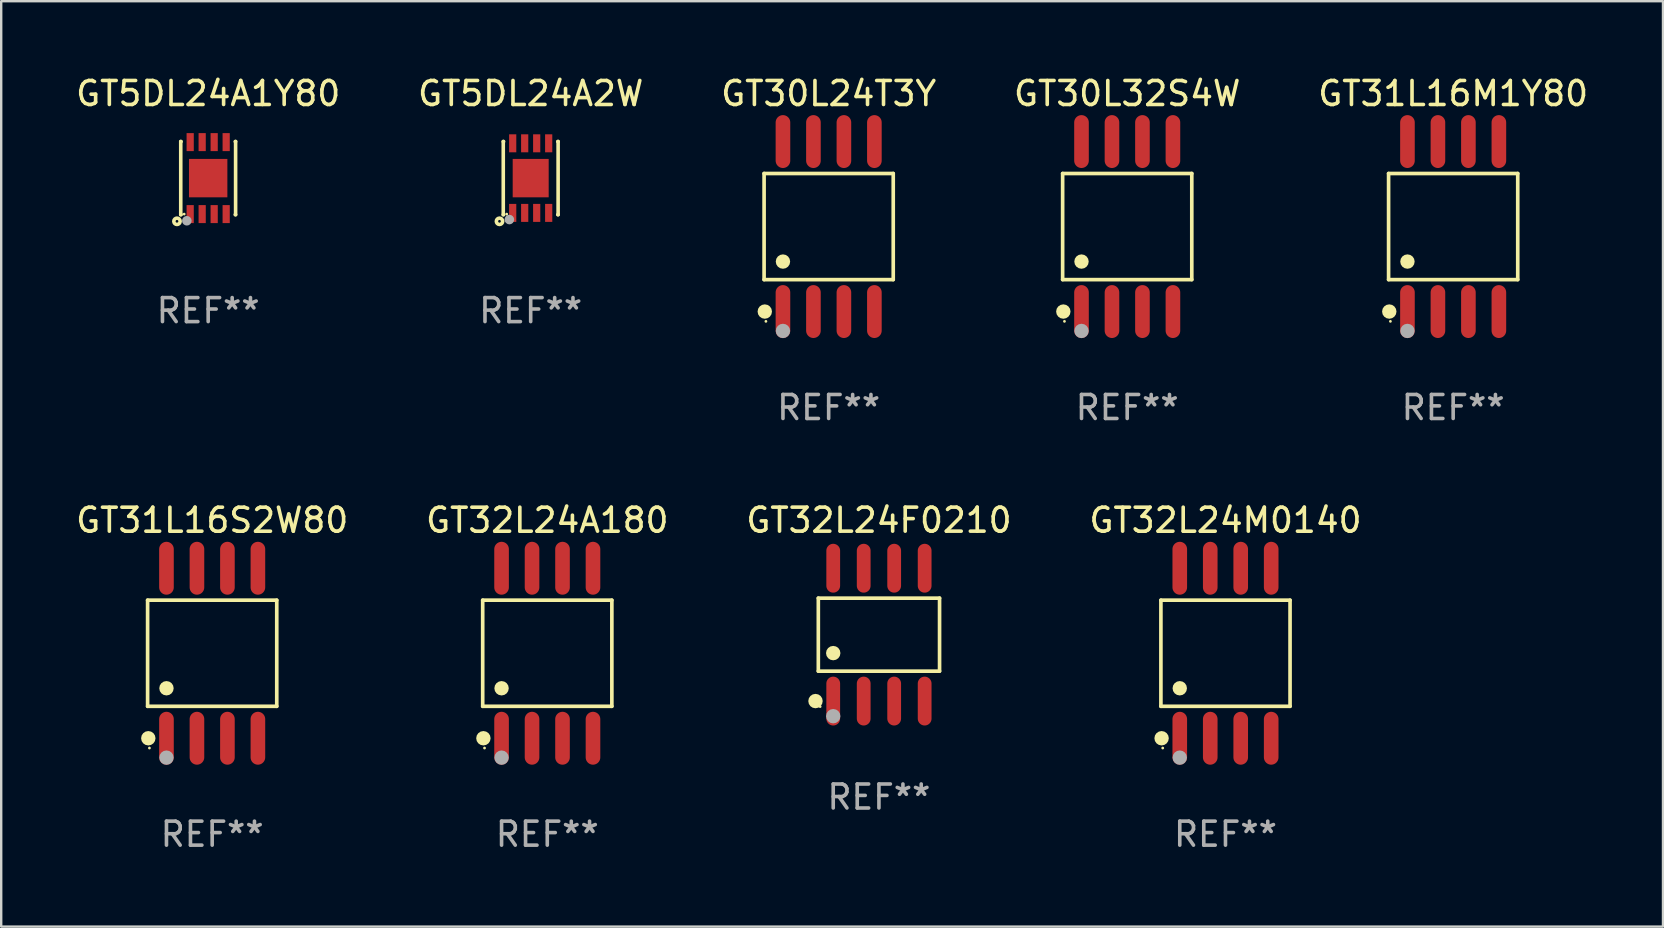
<source format=kicad_pcb>
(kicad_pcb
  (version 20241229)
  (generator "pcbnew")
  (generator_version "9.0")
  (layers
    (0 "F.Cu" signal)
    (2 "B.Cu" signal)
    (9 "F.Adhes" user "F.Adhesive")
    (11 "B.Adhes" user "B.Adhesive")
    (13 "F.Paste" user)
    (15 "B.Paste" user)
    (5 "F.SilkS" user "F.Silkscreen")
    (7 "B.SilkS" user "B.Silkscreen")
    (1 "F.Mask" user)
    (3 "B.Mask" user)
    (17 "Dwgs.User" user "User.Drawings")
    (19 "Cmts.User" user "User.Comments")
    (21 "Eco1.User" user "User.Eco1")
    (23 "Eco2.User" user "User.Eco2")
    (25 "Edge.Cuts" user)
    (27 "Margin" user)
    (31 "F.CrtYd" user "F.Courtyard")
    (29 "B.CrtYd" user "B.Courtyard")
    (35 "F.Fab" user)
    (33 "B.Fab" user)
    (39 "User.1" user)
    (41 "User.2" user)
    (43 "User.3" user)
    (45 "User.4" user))
  (footprint "GT31L16S2W80"
    (layer "F.Cu")
    (at 5.792 24.172)
    (property "Reference" "GT31L16S2W80" (at 0 -5.542 0) (layer "F.SilkS") (effects (font (size 1 1) (thickness 0.15))))
    (attr through_hole)
    (fp_line (start -2.691 -2.211) (end 2.691 -2.211) (stroke (width 0.152) (type solid)) (layer "F.SilkS"))
    (fp_line (start -2.691 2.211) (end -2.691 -2.211) (stroke (width 0.152) (type solid)) (layer "F.SilkS"))
    (fp_line (start 2.691 -2.211) (end 2.691 2.211) (stroke (width 0.152) (type solid)) (layer "F.SilkS"))
    (fp_line (start 2.691 2.211) (end -2.691 2.211) (stroke (width 0.152) (type solid)) (layer "F.SilkS"))
    (fp_circle (center -2.662 3.542) (end -2.512 3.542) (stroke (width 0.3) (type solid)) (fill no) (layer "F.SilkS"))
    (fp_circle (center -2.615 3.95) (end -2.585 3.95) (stroke (width 0.06) (type solid)) (fill no) (layer "F.SilkS"))
    (fp_circle (center -1.905 1.459) (end -1.755 1.459) (stroke (width 0.3) (type solid)) (fill no) (layer "F.SilkS"))
    (fp_circle (center -1.905 4.35) (end -1.755 4.35) (stroke (width 0.3) (type solid)) (fill no) (layer "F.Fab"))
    (fp_text user "REF**" (at 0 7.542 0) (layer "F.Fab") (effects (font (size 1 1) (thickness 0.15))))
    (pad "1" smd oval (at -1.905 3.542) (size 0.609 2.204) (layers "F.Cu" "F.Mask" "F.Paste"))
    (pad "2" smd oval (at -0.635 3.542) (size 0.609 2.204) (layers "F.Cu" "F.Mask" "F.Paste"))
    (pad "3" smd oval (at 0.635 3.542) (size 0.609 2.204) (layers "F.Cu" "F.Mask" "F.Paste"))
    (pad "4" smd oval (at 1.905 3.542) (size 0.609 2.204) (layers "F.Cu" "F.Mask" "F.Paste"))
    (pad "5" smd oval (at 1.905 -3.542) (size 0.609 2.204) (layers "F.Cu" "F.Mask" "F.Paste"))
    (pad "6" smd oval (at 0.635 -3.542) (size 0.609 2.204) (layers "F.Cu" "F.Mask" "F.Paste"))
    (pad "7" smd oval (at -0.635 -3.542) (size 0.609 2.204) (layers "F.Cu" "F.Mask" "F.Paste"))
    (pad "8" smd oval (at -1.905 -3.542) (size 0.609 2.204) (layers "F.Cu" "F.Mask" "F.Paste")))
  (footprint "GT31L16M1Y80"
    (layer "F.Cu")
    (at 57.506 6.391)
    (property "Reference" "GT31L16M1Y80" (at 0 -5.542 0) (layer "F.SilkS") (effects (font (size 1 1) (thickness 0.15))))
    (attr through_hole)
    (fp_line (start -2.691 -2.211) (end 2.691 -2.211) (stroke (width 0.152) (type solid)) (layer "F.SilkS"))
    (fp_line (start -2.691 2.211) (end -2.691 -2.211) (stroke (width 0.152) (type solid)) (layer "F.SilkS"))
    (fp_line (start 2.691 -2.211) (end 2.691 2.211) (stroke (width 0.152) (type solid)) (layer "F.SilkS"))
    (fp_line (start 2.691 2.211) (end -2.691 2.211) (stroke (width 0.152) (type solid)) (layer "F.SilkS"))
    (fp_circle (center -2.662 3.542) (end -2.512 3.542) (stroke (width 0.3) (type solid)) (fill no) (layer "F.SilkS"))
    (fp_circle (center -2.615 3.95) (end -2.585 3.95) (stroke (width 0.06) (type solid)) (fill no) (layer "F.SilkS"))
    (fp_circle (center -1.905 1.459) (end -1.755 1.459) (stroke (width 0.3) (type solid)) (fill no) (layer "F.SilkS"))
    (fp_circle (center -1.905 4.35) (end -1.755 4.35) (stroke (width 0.3) (type solid)) (fill no) (layer "F.Fab"))
    (fp_text user "REF**" (at 0 7.542 0) (layer "F.Fab") (effects (font (size 1 1) (thickness 0.15))))
    (pad "1" smd oval (at -1.905 3.542) (size 0.609 2.204) (layers "F.Cu" "F.Mask" "F.Paste"))
    (pad "2" smd oval (at -0.635 3.542) (size 0.609 2.204) (layers "F.Cu" "F.Mask" "F.Paste"))
    (pad "3" smd oval (at 0.635 3.542) (size 0.609 2.204) (layers "F.Cu" "F.Mask" "F.Paste"))
    (pad "4" smd oval (at 1.905 3.542) (size 0.609 2.204) (layers "F.Cu" "F.Mask" "F.Paste"))
    (pad "5" smd oval (at 1.905 -3.542) (size 0.609 2.204) (layers "F.Cu" "F.Mask" "F.Paste"))
    (pad "6" smd oval (at 0.635 -3.542) (size 0.609 2.204) (layers "F.Cu" "F.Mask" "F.Paste"))
    (pad "7" smd oval (at -0.635 -3.542) (size 0.609 2.204) (layers "F.Cu" "F.Mask" "F.Paste"))
    (pad "8" smd oval (at -1.905 -3.542) (size 0.609 2.204) (layers "F.Cu" "F.Mask" "F.Paste")))
  (footprint "GT5DL24A1Y80"
    (layer "F.Cu")
    (at 5.625 4.372)
    (property "Reference" "GT5DL24A1Y80" (at 0 -3.524 0) (layer "F.SilkS") (effects (font (size 1 1) (thickness 0.15))))
    (attr through_hole)
    (fp_line (start -1.143 -1.524) (end -1.143 1.524) (stroke (width 0.15) (type solid)) (layer "F.SilkS"))
    (fp_line (start -1.143 1.524) (end -1.129 1.524) (stroke (width 0.15) (type solid)) (layer "F.SilkS"))
    (fp_line (start -1.129 -1.524) (end -1.143 -1.524) (stroke (width 0.15) (type solid)) (layer "F.SilkS"))
    (fp_line (start 1.129 1.524) (end 1.143 1.524) (stroke (width 0.15) (type solid)) (layer "F.SilkS"))
    (fp_line (start 1.143 -1.524) (end 1.129 -1.524) (stroke (width 0.15) (type solid)) (layer "F.SilkS"))
    (fp_line (start 1.143 1.524) (end 1.143 -1.524) (stroke (width 0.15) (type solid)) (layer "F.SilkS"))
    (fp_circle (center -1.3 1.8) (end -1.243 1.8) (stroke (width 0.15) (type solid)) (fill no) (layer "F.SilkS"))
    (fp_circle (center -1 1.5) (end -0.97 1.5) (stroke (width 0.06) (type solid)) (fill no) (layer "F.SilkS"))
    (fp_circle (center -0.889 1.778) (end -0.789 1.778) (stroke (width 0.2) (type solid)) (fill no) (layer "F.Fab"))
    (fp_text user "REF**" (at 0 5.524 0) (layer "F.Fab") (effects (font (size 1 1) (thickness 0.15))))
    (pad "1" smd rect (at -0.75 1.5 90) (size 0.75 0.3) (layers "F.Cu" "F.Mask" "F.Paste"))
    (pad "2" smd rect (at -0.25 1.5 90) (size 0.75 0.3) (layers "F.Cu" "F.Mask" "F.Paste"))
    (pad "3" smd rect (at 0.25 1.5 90) (size 0.75 0.3) (layers "F.Cu" "F.Mask" "F.Paste"))
    (pad "4" smd rect (at 0.75 1.5 90) (size 0.75 0.3) (layers "F.Cu" "F.Mask" "F.Paste"))
    (pad "5" smd rect (at 0.75 -1.5 90) (size 0.75 0.3) (layers "F.Cu" "F.Mask" "F.Paste"))
    (pad "6" smd rect (at 0.25 -1.5 90) (size 0.75 0.3) (layers "F.Cu" "F.Mask" "F.Paste"))
    (pad "7" smd rect (at -0.25 -1.5 90) (size 0.75 0.3) (layers "F.Cu" "F.Mask" "F.Paste"))
    (pad "8" smd rect (at -0.75 -1.5 90) (size 0.75 0.3) (layers "F.Cu" "F.Mask" "F.Paste"))
    (pad "9" smd rect (at -0.000203 0.000457 90) (size 1.6 1.6) (layers "F.Cu" "F.Mask" "F.Paste")))
  (footprint "GT32L24A180"
    (layer "F.Cu")
    (at 19.756 24.172)
    (property "Reference" "GT32L24A180" (at 0 -5.542 0) (layer "F.SilkS") (effects (font (size 1 1) (thickness 0.15))))
    (attr through_hole)
    (fp_line (start -2.691 -2.211) (end 2.691 -2.211) (stroke (width 0.152) (type solid)) (layer "F.SilkS"))
    (fp_line (start -2.691 2.211) (end -2.691 -2.211) (stroke (width 0.152) (type solid)) (layer "F.SilkS"))
    (fp_line (start 2.691 -2.211) (end 2.691 2.211) (stroke (width 0.152) (type solid)) (layer "F.SilkS"))
    (fp_line (start 2.691 2.211) (end -2.691 2.211) (stroke (width 0.152) (type solid)) (layer "F.SilkS"))
    (fp_circle (center -2.662 3.542) (end -2.512 3.542) (stroke (width 0.3) (type solid)) (fill no) (layer "F.SilkS"))
    (fp_circle (center -2.615 3.95) (end -2.585 3.95) (stroke (width 0.06) (type solid)) (fill no) (layer "F.SilkS"))
    (fp_circle (center -1.905 1.459) (end -1.755 1.459) (stroke (width 0.3) (type solid)) (fill no) (layer "F.SilkS"))
    (fp_circle (center -1.905 4.35) (end -1.755 4.35) (stroke (width 0.3) (type solid)) (fill no) (layer "F.Fab"))
    (fp_text user "REF**" (at 0 7.542 0) (layer "F.Fab") (effects (font (size 1 1) (thickness 0.15))))
    (pad "1" smd oval (at -1.905 3.542) (size 0.609 2.204) (layers "F.Cu" "F.Mask" "F.Paste"))
    (pad "2" smd oval (at -0.635 3.542) (size 0.609 2.204) (layers "F.Cu" "F.Mask" "F.Paste"))
    (pad "3" smd oval (at 0.635 3.542) (size 0.609 2.204) (layers "F.Cu" "F.Mask" "F.Paste"))
    (pad "4" smd oval (at 1.905 3.542) (size 0.609 2.204) (layers "F.Cu" "F.Mask" "F.Paste"))
    (pad "5" smd oval (at 1.905 -3.542) (size 0.609 2.204) (layers "F.Cu" "F.Mask" "F.Paste"))
    (pad "6" smd oval (at 0.635 -3.542) (size 0.609 2.204) (layers "F.Cu" "F.Mask" "F.Paste"))
    (pad "7" smd oval (at -0.635 -3.542) (size 0.609 2.204) (layers "F.Cu" "F.Mask" "F.Paste"))
    (pad "8" smd oval (at -1.905 -3.542) (size 0.609 2.204) (layers "F.Cu" "F.Mask" "F.Paste")))
  (footprint "GT30L32S4W"
    (layer "F.Cu")
    (at 43.923 6.391)
    (property "Reference" "GT30L32S4W" (at 0 -5.542 0) (layer "F.SilkS") (effects (font (size 1 1) (thickness 0.15))))
    (attr through_hole)
    (fp_line (start -2.691 -2.211) (end 2.691 -2.211) (stroke (width 0.152) (type solid)) (layer "F.SilkS"))
    (fp_line (start -2.691 2.211) (end -2.691 -2.211) (stroke (width 0.152) (type solid)) (layer "F.SilkS"))
    (fp_line (start 2.691 -2.211) (end 2.691 2.211) (stroke (width 0.152) (type solid)) (layer "F.SilkS"))
    (fp_line (start 2.691 2.211) (end -2.691 2.211) (stroke (width 0.152) (type solid)) (layer "F.SilkS"))
    (fp_circle (center -2.662 3.542) (end -2.512 3.542) (stroke (width 0.3) (type solid)) (fill no) (layer "F.SilkS"))
    (fp_circle (center -2.615 3.95) (end -2.585 3.95) (stroke (width 0.06) (type solid)) (fill no) (layer "F.SilkS"))
    (fp_circle (center -1.905 1.459) (end -1.755 1.459) (stroke (width 0.3) (type solid)) (fill no) (layer "F.SilkS"))
    (fp_circle (center -1.905 4.35) (end -1.755 4.35) (stroke (width 0.3) (type solid)) (fill no) (layer "F.Fab"))
    (fp_text user "REF**" (at 0 7.542 0) (layer "F.Fab") (effects (font (size 1 1) (thickness 0.15))))
    (pad "1" smd oval (at -1.905 3.542) (size 0.609 2.204) (layers "F.Cu" "F.Mask" "F.Paste"))
    (pad "2" smd oval (at -0.635 3.542) (size 0.609 2.204) (layers "F.Cu" "F.Mask" "F.Paste"))
    (pad "3" smd oval (at 0.635 3.542) (size 0.609 2.204) (layers "F.Cu" "F.Mask" "F.Paste"))
    (pad "4" smd oval (at 1.905 3.542) (size 0.609 2.204) (layers "F.Cu" "F.Mask" "F.Paste"))
    (pad "5" smd oval (at 1.905 -3.542) (size 0.609 2.204) (layers "F.Cu" "F.Mask" "F.Paste"))
    (pad "6" smd oval (at 0.635 -3.542) (size 0.609 2.204) (layers "F.Cu" "F.Mask" "F.Paste"))
    (pad "7" smd oval (at -0.635 -3.542) (size 0.609 2.204) (layers "F.Cu" "F.Mask" "F.Paste"))
    (pad "8" smd oval (at -1.905 -3.542) (size 0.609 2.204) (layers "F.Cu" "F.Mask" "F.Paste")))
  (footprint "GT32L24F0210"
    (layer "F.Cu")
    (at 33.577 23.397)
    (property "Reference" "GT32L24F0210" (at 0 -4.768 0) (layer "F.SilkS") (effects (font (size 1 1) (thickness 0.15))))
    (attr through_hole)
    (fp_line (start -2.526 -1.521) (end 2.526 -1.521) (stroke (width 0.152) (type solid)) (layer "F.SilkS"))
    (fp_line (start -2.526 1.521) (end -2.526 -1.521) (stroke (width 0.152) (type solid)) (layer "F.SilkS"))
    (fp_line (start 2.526 -1.521) (end 2.526 1.521) (stroke (width 0.152) (type solid)) (layer "F.SilkS"))
    (fp_line (start 2.526 1.521) (end -2.526 1.521) (stroke (width 0.152) (type solid)) (layer "F.SilkS"))
    (fp_circle (center -2.644 2.768) (end -2.494 2.768) (stroke (width 0.3) (type solid)) (fill no) (layer "F.SilkS"))
    (fp_circle (center -2.45 2.998) (end -2.42 2.998) (stroke (width 0.06) (type solid)) (fill no) (layer "F.SilkS"))
    (fp_circle (center -1.905 0.769) (end -1.755 0.769) (stroke (width 0.3) (type solid)) (fill no) (layer "F.SilkS"))
    (fp_circle (center -1.905 3.398) (end -1.755 3.398) (stroke (width 0.3) (type solid)) (fill no) (layer "F.Fab"))
    (fp_text user "REF**" (at 0 6.768 0) (layer "F.Fab") (effects (font (size 1 1) (thickness 0.15))))
    (pad "1" smd oval (at -1.905 2.768) (size 0.574 2.036) (layers "F.Cu" "F.Mask" "F.Paste"))
    (pad "2" smd oval (at -0.635 2.768) (size 0.574 2.036) (layers "F.Cu" "F.Mask" "F.Paste"))
    (pad "3" smd oval (at 0.635 2.768) (size 0.574 2.036) (layers "F.Cu" "F.Mask" "F.Paste"))
    (pad "4" smd oval (at 1.905 2.768) (size 0.574 2.036) (layers "F.Cu" "F.Mask" "F.Paste"))
    (pad "5" smd oval (at 1.905 -2.768) (size 0.574 2.036) (layers "F.Cu" "F.Mask" "F.Paste"))
    (pad "6" smd oval (at 0.635 -2.768) (size 0.574 2.036) (layers "F.Cu" "F.Mask" "F.Paste"))
    (pad "7" smd oval (at -0.635 -2.768) (size 0.574 2.036) (layers "F.Cu" "F.Mask" "F.Paste"))
    (pad "8" smd oval (at -1.905 -2.768) (size 0.574 2.036) (layers "F.Cu" "F.Mask" "F.Paste")))
  (footprint "GT32L24M0140"
    (layer "F.Cu")
    (at 48.018 24.172)
    (property "Reference" "GT32L24M0140" (at 0 -5.542 0) (layer "F.SilkS") (effects (font (size 1 1) (thickness 0.15))))
    (attr through_hole)
    (fp_line (start -2.691 -2.211) (end 2.691 -2.211) (stroke (width 0.152) (type solid)) (layer "F.SilkS"))
    (fp_line (start -2.691 2.211) (end -2.691 -2.211) (stroke (width 0.152) (type solid)) (layer "F.SilkS"))
    (fp_line (start 2.691 -2.211) (end 2.691 2.211) (stroke (width 0.152) (type solid)) (layer "F.SilkS"))
    (fp_line (start 2.691 2.211) (end -2.691 2.211) (stroke (width 0.152) (type solid)) (layer "F.SilkS"))
    (fp_circle (center -2.662 3.542) (end -2.512 3.542) (stroke (width 0.3) (type solid)) (fill no) (layer "F.SilkS"))
    (fp_circle (center -2.615 3.95) (end -2.585 3.95) (stroke (width 0.06) (type solid)) (fill no) (layer "F.SilkS"))
    (fp_circle (center -1.905 1.459) (end -1.755 1.459) (stroke (width 0.3) (type solid)) (fill no) (layer "F.SilkS"))
    (fp_circle (center -1.905 4.35) (end -1.755 4.35) (stroke (width 0.3) (type solid)) (fill no) (layer "F.Fab"))
    (fp_text user "REF**" (at 0 7.542 0) (layer "F.Fab") (effects (font (size 1 1) (thickness 0.15))))
    (pad "1" smd oval (at -1.905 3.542) (size 0.609 2.204) (layers "F.Cu" "F.Mask" "F.Paste"))
    (pad "2" smd oval (at -0.635 3.542) (size 0.609 2.204) (layers "F.Cu" "F.Mask" "F.Paste"))
    (pad "3" smd oval (at 0.635 3.542) (size 0.609 2.204) (layers "F.Cu" "F.Mask" "F.Paste"))
    (pad "4" smd oval (at 1.905 3.542) (size 0.609 2.204) (layers "F.Cu" "F.Mask" "F.Paste"))
    (pad "5" smd oval (at 1.905 -3.542) (size 0.609 2.204) (layers "F.Cu" "F.Mask" "F.Paste"))
    (pad "6" smd oval (at 0.635 -3.542) (size 0.609 2.204) (layers "F.Cu" "F.Mask" "F.Paste"))
    (pad "7" smd oval (at -0.635 -3.542) (size 0.609 2.204) (layers "F.Cu" "F.Mask" "F.Paste"))
    (pad "8" smd oval (at -1.905 -3.542) (size 0.609 2.204) (layers "F.Cu" "F.Mask" "F.Paste")))
  (footprint "GT30L24T3Y"
    (layer "F.Cu")
    (at 31.482 6.391)
    (property "Reference" "GT30L24T3Y" (at 0 -5.542 0) (layer "F.SilkS") (effects (font (size 1 1) (thickness 0.15))))
    (attr through_hole)
    (fp_line (start -2.691 -2.211) (end 2.691 -2.211) (stroke (width 0.152) (type solid)) (layer "F.SilkS"))
    (fp_line (start -2.691 2.211) (end -2.691 -2.211) (stroke (width 0.152) (type solid)) (layer "F.SilkS"))
    (fp_line (start 2.691 -2.211) (end 2.691 2.211) (stroke (width 0.152) (type solid)) (layer "F.SilkS"))
    (fp_line (start 2.691 2.211) (end -2.691 2.211) (stroke (width 0.152) (type solid)) (layer "F.SilkS"))
    (fp_circle (center -2.662 3.542) (end -2.512 3.542) (stroke (width 0.3) (type solid)) (fill no) (layer "F.SilkS"))
    (fp_circle (center -2.615 3.95) (end -2.585 3.95) (stroke (width 0.06) (type solid)) (fill no) (layer "F.SilkS"))
    (fp_circle (center -1.905 1.459) (end -1.755 1.459) (stroke (width 0.3) (type solid)) (fill no) (layer "F.SilkS"))
    (fp_circle (center -1.905 4.35) (end -1.755 4.35) (stroke (width 0.3) (type solid)) (fill no) (layer "F.Fab"))
    (fp_text user "REF**" (at 0 7.542 0) (layer "F.Fab") (effects (font (size 1 1) (thickness 0.15))))
    (pad "1" smd oval (at -1.905 3.542) (size 0.609 2.204) (layers "F.Cu" "F.Mask" "F.Paste"))
    (pad "2" smd oval (at -0.635 3.542) (size 0.609 2.204) (layers "F.Cu" "F.Mask" "F.Paste"))
    (pad "3" smd oval (at 0.635 3.542) (size 0.609 2.204) (layers "F.Cu" "F.Mask" "F.Paste"))
    (pad "4" smd oval (at 1.905 3.542) (size 0.609 2.204) (layers "F.Cu" "F.Mask" "F.Paste"))
    (pad "5" smd oval (at 1.905 -3.542) (size 0.609 2.204) (layers "F.Cu" "F.Mask" "F.Paste"))
    (pad "6" smd oval (at 0.635 -3.542) (size 0.609 2.204) (layers "F.Cu" "F.Mask" "F.Paste"))
    (pad "7" smd oval (at -0.635 -3.542) (size 0.609 2.204) (layers "F.Cu" "F.Mask" "F.Paste"))
    (pad "8" smd oval (at -1.905 -3.542) (size 0.609 2.204) (layers "F.Cu" "F.Mask" "F.Paste")))
  (footprint "GT5DL24A2W"
    (layer "F.Cu")
    (at 19.065 4.372)
    (property "Reference" "GT5DL24A2W" (at 0 -3.524 0) (layer "F.SilkS") (effects (font (size 1 1) (thickness 0.15))))
    (attr through_hole)
    (fp_line (start -1.143 -1.524) (end -1.143 1.524) (stroke (width 0.15) (type solid)) (layer "F.SilkS"))
    (fp_line (start -1.143 1.524) (end -1.129 1.524) (stroke (width 0.15) (type solid)) (layer "F.SilkS"))
    (fp_line (start -1.129 -1.524) (end -1.143 -1.524) (stroke (width 0.15) (type solid)) (layer "F.SilkS"))
    (fp_line (start 1.129 1.524) (end 1.143 1.524) (stroke (width 0.15) (type solid)) (layer "F.SilkS"))
    (fp_line (start 1.143 -1.524) (end 1.129 -1.524) (stroke (width 0.15) (type solid)) (layer "F.SilkS"))
    (fp_line (start 1.143 1.524) (end 1.143 -1.524) (stroke (width 0.15) (type solid)) (layer "F.SilkS"))
    (fp_circle (center -1.3 1.8) (end -1.243 1.8) (stroke (width 0.15) (type solid)) (fill no) (layer "F.SilkS"))
    (fp_circle (center -1 1.5) (end -0.97 1.5) (stroke (width 0.06) (type solid)) (fill no) (layer "F.SilkS"))
    (fp_circle (center -0.889 1.728) (end -0.789 1.728) (stroke (width 0.2) (type solid)) (fill no) (layer "F.Fab"))
    (fp_text user "REF**" (at 0 5.524 0) (layer "F.Fab") (effects (font (size 1 1) (thickness 0.15))))
    (pad "1" smd rect (at -0.75 1.45) (size 0.3 0.75) (layers "F.Cu" "F.Mask" "F.Paste"))
    (pad "2" smd rect (at -0.25 1.45) (size 0.3 0.75) (layers "F.Cu" "F.Mask" "F.Paste"))
    (pad "3" smd rect (at 0.25 1.45) (size 0.3 0.75) (layers "F.Cu" "F.Mask" "F.Paste"))
    (pad "4" smd rect (at 0.75 1.45) (size 0.3 0.75) (layers "F.Cu" "F.Mask" "F.Paste"))
    (pad "5" smd rect (at 0.75 -1.45) (size 0.3 0.75) (layers "F.Cu" "F.Mask" "F.Paste"))
    (pad "6" smd rect (at 0.25 -1.45) (size 0.3 0.75) (layers "F.Cu" "F.Mask" "F.Paste"))
    (pad "7" smd rect (at -0.25 -1.45) (size 0.3 0.75) (layers "F.Cu" "F.Mask" "F.Paste"))
    (pad "8" smd rect (at -0.75 -1.45) (size 0.3 0.75) (layers "F.Cu" "F.Mask" "F.Paste"))
    (pad "9" smd rect (at -0.000203 0.000457) (size 1.5 1.6) (layers "F.Cu" "F.Mask" "F.Paste")))
  (gr_rect
    (start -3 -3)
    (end 66.25 35.562)
    (stroke (width 0.1) (type default))
    (fill no)
    (layer "Edge.Cuts")))
</source>
